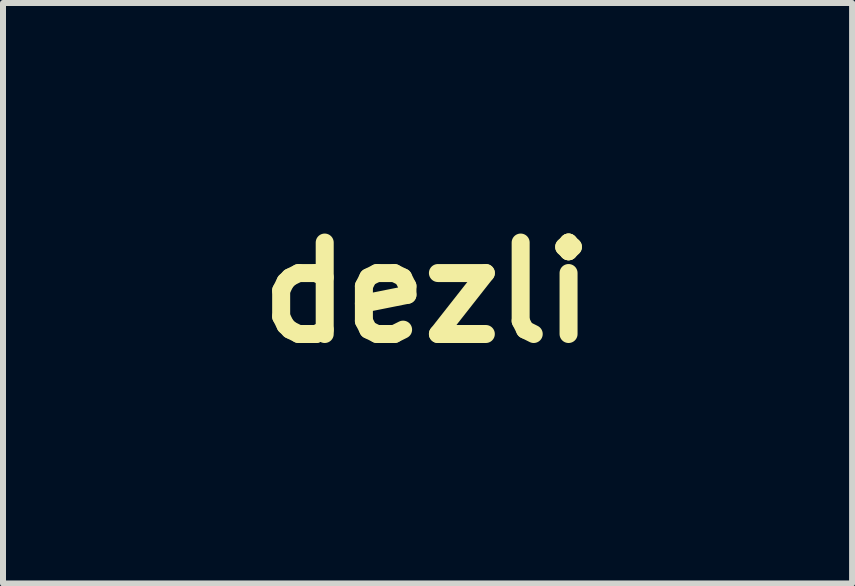
<source format=kicad_pcb>
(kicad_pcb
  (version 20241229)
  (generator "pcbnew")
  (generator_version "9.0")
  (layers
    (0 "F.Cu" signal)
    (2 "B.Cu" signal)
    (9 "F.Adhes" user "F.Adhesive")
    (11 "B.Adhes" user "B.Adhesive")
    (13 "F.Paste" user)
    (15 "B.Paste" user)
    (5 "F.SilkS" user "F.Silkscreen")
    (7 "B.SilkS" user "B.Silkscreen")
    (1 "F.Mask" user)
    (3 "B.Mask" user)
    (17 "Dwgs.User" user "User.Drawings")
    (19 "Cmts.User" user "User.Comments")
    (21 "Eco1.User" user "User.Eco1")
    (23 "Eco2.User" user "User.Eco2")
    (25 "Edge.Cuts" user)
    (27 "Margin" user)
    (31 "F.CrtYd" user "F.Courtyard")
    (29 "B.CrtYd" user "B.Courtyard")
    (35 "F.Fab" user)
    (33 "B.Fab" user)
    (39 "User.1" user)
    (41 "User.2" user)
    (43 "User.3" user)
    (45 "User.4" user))
  (footprint "dezli"
    (layer "F.Cu")
    (at 4.067 1.827)
    (property "Reference" "dezli" (at 0 0 0) (layer "F.SilkS") (effects (font (size 1.524 1.524) (thickness 0.3))))
    (attr through_hole)
    (fp_poly (pts (xy 3.744 -1.478) (xy 3.868 -1.453) (xy 3.964 -1.396) (xy 4.033 -1.308) (xy 4.054 -1.26) (xy 4.079 -1.141) (xy 4.064 -1.027) (xy 4.014 -0.924) (xy 3.931 -0.841) (xy 3.865 -0.802) (xy 3.772 -0.77) (xy 3.69 -0.768) (xy 3.601 -0.796) (xy 3.588 -0.802) (xy 3.484 -0.87) (xy 3.413 -0.958) (xy 3.373 -1.059) (xy 3.369 -1.143) (xy 3.478 -1.143) (xy 3.492 -1.049) (xy 3.539 -0.968) (xy 3.612 -0.914) (xy 3.701 -0.889) (xy 3.796 -0.898) (xy 3.849 -0.919) (xy 3.917 -0.976) (xy 3.958 -1.056) (xy 3.967 -1.146) (xy 3.951 -1.212) (xy 3.896 -1.3) (xy 3.821 -1.355) (xy 3.735 -1.376) (xy 3.646 -1.359) (xy 3.569 -1.311) (xy 3.503 -1.231) (xy 3.478 -1.143) (xy 3.369 -1.143) (xy 3.368 -1.166) (xy 3.396 -1.27) (xy 3.458 -1.366) (xy 3.535 -1.431) (xy 3.591 -1.464) (xy 3.642 -1.478) (xy 3.709 -1.48) (xy 3.744 -1.478)) (stroke (width 0.01) (type solid)) (fill yes) (layer "F.Mask"))
    (fp_poly (pts (xy 3.92 -0.333) (xy 3.973 -0.327) (xy 4 -0.317) (xy 4.004 -0.313) (xy 4.009 -0.284) (xy 4.013 -0.219) (xy 4.016 -0.122) (xy 4.019 0.002) (xy 4.021 0.148) (xy 4.022 0.311) (xy 4.022 0.486) (xy 4.022 0.667) (xy 4.022 0.85) (xy 4.02 1.03) (xy 4.018 1.202) (xy 4.016 1.36) (xy 4.013 1.5) (xy 4.009 1.616) (xy 4.005 1.704) (xy 4 1.758) (xy 3.996 1.774) (xy 3.963 1.786) (xy 3.898 1.795) (xy 3.814 1.8) (xy 3.719 1.801) (xy 3.625 1.798) (xy 3.542 1.792) (xy 3.481 1.782) (xy 3.453 1.77) (xy 3.447 1.749) (xy 3.442 1.7) (xy 3.438 1.621) (xy 3.435 1.51) (xy 3.434 1.365) (xy 3.433 1.183) (xy 3.433 0.963) (xy 3.434 0.707) (xy 3.439 -0.233) (xy 3.556 -0.233) (xy 3.556 1.672) (xy 3.895 1.672) (xy 3.895 -0.233) (xy 3.556 -0.233) (xy 3.439 -0.233) (xy 3.44 -0.328) (xy 3.713 -0.334) (xy 3.835 -0.335) (xy 3.92 -0.333)) (stroke (width 0.01) (type solid)) (fill yes) (layer "F.Mask"))
    (fp_poly (pts (xy -0.688 0.032) (xy -0.588 0.035) (xy -0.515 0.046) (xy -0.453 0.068) (xy -0.428 0.08) (xy -0.338 0.148) (xy -0.257 0.242) (xy -0.198 0.349) (xy -0.19 0.373) (xy -0.177 0.414) (xy -0.171 0.446) (xy -0.176 0.47) (xy -0.198 0.486) (xy -0.241 0.497) (xy -0.308 0.504) (xy -0.405 0.507) (xy -0.536 0.508) (xy -0.686 0.508) (xy -0.87 0.507) (xy -1.014 0.504) (xy -1.117 0.499) (xy -1.178 0.492) (xy -1.197 0.485) (xy -1.207 0.431) (xy -1.195 0.382) (xy -1.079 0.382) (xy -1.059 0.389) (xy -1.001 0.395) (xy -0.908 0.399) (xy -0.786 0.402) (xy -0.699 0.402) (xy -0.562 0.402) (xy -0.462 0.4) (xy -0.393 0.397) (xy -0.35 0.392) (xy -0.327 0.385) (xy -0.318 0.374) (xy -0.318 0.368) (xy -0.332 0.334) (xy -0.368 0.286) (xy -0.398 0.254) (xy -0.501 0.178) (xy -0.62 0.139) (xy -0.747 0.136) (xy -0.87 0.171) (xy -0.888 0.179) (xy -0.934 0.211) (xy -0.986 0.258) (xy -1.034 0.31) (xy -1.069 0.356) (xy -1.079 0.382) (xy -1.195 0.382) (xy -1.189 0.36) (xy -1.148 0.28) (xy -1.088 0.201) (xy -1.015 0.131) (xy -0.959 0.091) (xy -0.9 0.06) (xy -0.846 0.042) (xy -0.781 0.034) (xy -0.69 0.032) (xy -0.688 0.032)) (stroke (width 0.01) (type solid)) (fill yes) (layer "F.Mask"))
    (fp_poly (pts (xy -2.86 0.034) (xy -2.724 0.077) (xy -2.6 0.152) (xy -2.494 0.257) (xy -2.421 0.374) (xy -2.37 0.522) (xy -2.35 0.685) (xy -2.359 0.852) (xy -2.398 1.012) (xy -2.465 1.154) (xy -2.494 1.197) (xy -2.589 1.292) (xy -2.707 1.366) (xy -2.839 1.414) (xy -2.973 1.434) (xy -3.099 1.42) (xy -3.101 1.42) (xy -3.203 1.386) (xy -3.283 1.343) (xy -3.362 1.281) (xy -3.366 1.278) (xy -3.467 1.159) (xy -3.538 1.018) (xy -3.579 0.863) (xy -3.589 0.715) (xy -3.468 0.715) (xy -3.467 0.77) (xy -3.442 0.937) (xy -3.388 1.078) (xy -3.305 1.189) (xy -3.196 1.269) (xy -3.153 1.289) (xy -3.075 1.306) (xy -2.975 1.31) (xy -2.872 1.302) (xy -2.783 1.281) (xy -2.762 1.273) (xy -2.674 1.216) (xy -2.59 1.134) (xy -2.524 1.04) (xy -2.505 1.002) (xy -2.469 0.866) (xy -2.46 0.714) (xy -2.48 0.561) (xy -2.525 0.421) (xy -2.56 0.354) (xy -2.651 0.248) (xy -2.763 0.177) (xy -2.897 0.143) (xy -2.962 0.139) (xy -3.108 0.157) (xy -3.233 0.21) (xy -3.333 0.294) (xy -3.407 0.408) (xy -3.453 0.55) (xy -3.468 0.715) (xy -3.589 0.715) (xy -3.59 0.701) (xy -3.57 0.54) (xy -3.52 0.388) (xy -3.439 0.253) (xy -3.395 0.204) (xy -3.275 0.108) (xy -3.142 0.048) (xy -3.002 0.024) (xy -2.86 0.034)) (stroke (width 0.01) (type solid)) (fill yes) (layer "F.Mask"))
    (fp_poly (pts (xy -1.916 -1.81) (xy -1.91 -0.034) (xy -1.909 0.305) (xy -1.909 0.603) (xy -1.909 0.863) (xy -1.91 1.086) (xy -1.911 1.274) (xy -1.912 1.429) (xy -1.914 1.553) (xy -1.917 1.647) (xy -1.921 1.714) (xy -1.925 1.754) (xy -1.929 1.771) (xy -1.95 1.784) (xy -1.991 1.792) (xy -2.06 1.796) (xy -2.161 1.795) (xy -2.21 1.795) (xy -2.466 1.789) (xy -2.479 1.657) (xy -2.648 1.743) (xy -2.729 1.783) (xy -2.791 1.809) (xy -2.851 1.824) (xy -2.921 1.832) (xy -3.018 1.836) (xy -3.033 1.836) (xy -3.152 1.837) (xy -3.242 1.831) (xy -3.314 1.818) (xy -3.355 1.805) (xy -3.542 1.716) (xy -3.705 1.594) (xy -3.842 1.443) (xy -3.95 1.266) (xy -4.023 1.067) (xy -4.032 1.032) (xy -4.054 0.892) (xy -4.061 0.756) (xy -3.955 0.756) (xy -3.933 0.949) (xy -3.882 1.134) (xy -3.803 1.304) (xy -3.696 1.453) (xy -3.565 1.574) (xy -3.547 1.586) (xy -3.388 1.671) (xy -3.213 1.72) (xy -3.031 1.732) (xy -2.852 1.706) (xy -2.819 1.696) (xy -2.675 1.638) (xy -2.548 1.554) (xy -2.493 1.507) (xy -2.451 1.474) (xy -2.423 1.469) (xy -2.403 1.481) (xy -2.38 1.522) (xy -2.371 1.586) (xy -2.371 1.59) (xy -2.371 1.672) (xy -2.011 1.672) (xy -2.011 -1.714) (xy -2.371 -1.714) (xy -2.371 -0.867) (xy -2.371 -0.652) (xy -2.371 -0.476) (xy -2.373 -0.334) (xy -2.375 -0.223) (xy -2.377 -0.14) (xy -2.381 -0.081) (xy -2.386 -0.042) (xy -2.392 -0.019) (xy -2.4 -0.009) (xy -2.402 -0.008) (xy -2.434 -0.014) (xy -2.488 -0.044) (xy -2.555 -0.091) (xy -2.652 -0.162) (xy -2.732 -0.211) (xy -2.811 -0.244) (xy -2.901 -0.268) (xy -2.936 -0.276) (xy -3.107 -0.289) (xy -3.277 -0.262) (xy -3.438 -0.199) (xy -3.587 -0.103) (xy -3.717 0.024) (xy -3.823 0.179) (xy -3.829 0.19) (xy -3.904 0.37) (xy -3.945 0.561) (xy -3.955 0.756) (xy -4.061 0.756) (xy -4.062 0.73) (xy -4.056 0.568) (xy -4.035 0.422) (xy -4.031 0.404) (xy -3.967 0.214) (xy -3.871 0.041) (xy -3.747 -0.11) (xy -3.601 -0.235) (xy -3.437 -0.327) (xy -3.313 -0.37) (xy -3.126 -0.398) (xy -2.939 -0.389) (xy -2.759 -0.343) (xy -2.596 -0.263) (xy -2.582 -0.255) (xy -2.487 -0.191) (xy -2.482 -1.006) (xy -2.476 -1.822) (xy -1.916 -1.81)) (stroke (width 0.01) (type solid)) (fill yes) (layer "F.Mask"))
    (fp_poly (pts (xy -0.589 -0.396) (xy -0.396 -0.361) (xy -0.233 -0.301) (xy -0.089 -0.211) (xy 0.041 -0.088) (xy 0.149 0.061) (xy 0.231 0.228) (xy 0.264 0.33) (xy 0.284 0.424) (xy 0.3 0.529) (xy 0.31 0.634) (xy 0.313 0.729) (xy 0.31 0.805) (xy 0.3 0.851) (xy 0.297 0.857) (xy 0.284 0.866) (xy 0.261 0.873) (xy 0.222 0.878) (xy 0.164 0.883) (xy 0.083 0.886) (xy -0.027 0.887) (xy -0.169 0.889) (xy -0.348 0.889) (xy -0.426 0.889) (xy -0.622 0.889) (xy -0.779 0.889) (xy -0.901 0.89) (xy -0.993 0.894) (xy -1.057 0.901) (xy -1.097 0.911) (xy -1.118 0.927) (xy -1.123 0.948) (xy -1.115 0.976) (xy -1.099 1.011) (xy -1.082 1.048) (xy -1.027 1.135) (xy -0.953 1.215) (xy -0.874 1.274) (xy -0.84 1.29) (xy -0.767 1.306) (xy -0.673 1.312) (xy -0.577 1.307) (xy -0.501 1.292) (xy -0.494 1.29) (xy -0.417 1.246) (xy -0.333 1.168) (xy -0.238 1.053) (xy -0.23 1.042) (xy -0.184 0.986) (xy -0.146 0.945) (xy -0.124 0.931) (xy -0.098 0.941) (xy -0.043 0.968) (xy 0.032 1.007) (xy 0.108 1.049) (xy 0.215 1.112) (xy 0.283 1.16) (xy 0.315 1.195) (xy 0.318 1.204) (xy 0.302 1.258) (xy 0.26 1.33) (xy 0.197 1.414) (xy 0.121 1.501) (xy 0.038 1.585) (xy -0.047 1.657) (xy -0.101 1.695) (xy -0.252 1.769) (xy -0.428 1.819) (xy -0.616 1.843) (xy -0.806 1.84) (xy -0.985 1.809) (xy -1.042 1.792) (xy -1.23 1.707) (xy -1.39 1.591) (xy -1.521 1.446) (xy -1.622 1.274) (xy -1.692 1.076) (xy -1.729 0.856) (xy -1.733 0.764) (xy -1.617 0.764) (xy -1.608 0.914) (xy -1.586 1.042) (xy -1.579 1.069) (xy -1.503 1.259) (xy -1.399 1.42) (xy -1.267 1.549) (xy -1.11 1.646) (xy -0.942 1.706) (xy -0.813 1.727) (xy -0.665 1.733) (xy -0.519 1.724) (xy -0.44 1.712) (xy -0.268 1.655) (xy -0.106 1.56) (xy 0.037 1.435) (xy 0.129 1.32) (xy 0.159 1.275) (xy 0.172 1.244) (xy 0.164 1.218) (xy 0.13 1.19) (xy 0.067 1.152) (xy 0.02 1.126) (xy -0.098 1.06) (xy -0.203 1.19) (xy -0.304 1.3) (xy -0.407 1.373) (xy -0.52 1.414) (xy -0.653 1.427) (xy -0.665 1.427) (xy -0.775 1.42) (xy -0.864 1.399) (xy -0.915 1.377) (xy -1.033 1.299) (xy -1.129 1.191) (xy -1.198 1.064) (xy -1.232 0.928) (xy -1.235 0.892) (xy -1.238 0.794) (xy -0.524 0.788) (xy 0.191 0.783) (xy 0.191 0.639) (xy 0.173 0.432) (xy 0.12 0.246) (xy 0.035 0.083) (xy -0.079 -0.054) (xy -0.222 -0.162) (xy -0.391 -0.238) (xy -0.556 -0.277) (xy -0.76 -0.288) (xy -0.951 -0.261) (xy -1.124 -0.197) (xy -1.278 -0.098) (xy -1.407 0.034) (xy -1.511 0.196) (xy -1.571 0.344) (xy -1.598 0.464) (xy -1.613 0.609) (xy -1.617 0.764) (xy -1.733 0.764) (xy -1.735 0.72) (xy -1.717 0.49) (xy -1.665 0.279) (xy -1.579 0.089) (xy -1.462 -0.076) (xy -1.314 -0.212) (xy -1.157 -0.305) (xy -0.978 -0.367) (xy -0.786 -0.398) (xy -0.589 -0.396)) (stroke (width 0.01) (type solid)) (fill yes) (layer "F.Mask"))
    (fp_poly (pts (xy 3.17 -0.034) (xy 3.171 0.309) (xy 3.171 0.61) (xy 3.171 0.873) (xy 3.17 1.099) (xy 3.169 1.289) (xy 3.167 1.445) (xy 3.165 1.568) (xy 3.162 1.661) (xy 3.159 1.724) (xy 3.155 1.761) (xy 3.151 1.77) (xy 3.119 1.784) (xy 3.056 1.793) (xy 2.971 1.799) (xy 2.876 1.801) (xy 2.782 1.799) (xy 2.698 1.793) (xy 2.636 1.784) (xy 2.606 1.771) (xy 2.6 1.746) (xy 2.595 1.688) (xy 2.59 1.594) (xy 2.586 1.464) (xy 2.583 1.297) (xy 2.58 1.09) (xy 2.578 0.842) (xy 2.577 0.743) (xy 2.572 -0.257) (xy 1.964 0.48) (xy 1.357 1.217) (xy 1.89 1.228) (xy 2.037 1.231) (xy 2.171 1.236) (xy 2.285 1.241) (xy 2.374 1.246) (xy 2.431 1.251) (xy 2.45 1.255) (xy 2.462 1.284) (xy 2.471 1.344) (xy 2.476 1.424) (xy 2.478 1.516) (xy 2.476 1.607) (xy 2.471 1.688) (xy 2.462 1.747) (xy 2.451 1.774) (xy 2.434 1.78) (xy 2.394 1.785) (xy 2.329 1.789) (xy 2.236 1.793) (xy 2.113 1.795) (xy 1.957 1.797) (xy 1.765 1.798) (xy 1.536 1.799) (xy 1.353 1.799) (xy 1.109 1.799) (xy 0.904 1.799) (xy 0.734 1.798) (xy 0.596 1.796) (xy 0.488 1.794) (xy 0.404 1.791) (xy 0.343 1.788) (xy 0.301 1.783) (xy 0.274 1.778) (xy 0.258 1.771) (xy 0.254 1.767) (xy 0.24 1.728) (xy 0.248 1.709) (xy 0.266 1.688) (xy 0.279 1.672) (xy 0.42 1.672) (xy 2.371 1.672) (xy 2.371 1.355) (xy 1.794 1.354) (xy 1.641 1.354) (xy 1.501 1.352) (xy 1.38 1.349) (xy 1.283 1.345) (xy 1.217 1.34) (xy 1.188 1.335) (xy 1.188 1.335) (xy 1.168 1.302) (xy 1.17 1.284) (xy 1.186 1.261) (xy 1.226 1.21) (xy 1.288 1.132) (xy 1.368 1.033) (xy 1.464 0.914) (xy 1.573 0.78) (xy 1.693 0.635) (xy 1.787 0.52) (xy 1.912 0.368) (xy 2.028 0.227) (xy 2.133 0.099) (xy 2.224 -0.012) (xy 2.298 -0.103) (xy 2.352 -0.17) (xy 2.384 -0.211) (xy 2.392 -0.222) (xy 2.371 -0.225) (xy 2.313 -0.227) (xy 2.221 -0.229) (xy 2.1 -0.23) (xy 1.954 -0.231) (xy 1.788 -0.232) (xy 1.606 -0.233) (xy 1.513 -0.233) (xy 0.635 -0.233) (xy 0.635 0.084) (xy 1.138 0.09) (xy 1.296 0.092) (xy 1.417 0.094) (xy 1.506 0.096) (xy 1.568 0.1) (xy 1.608 0.105) (xy 1.631 0.113) (xy 1.642 0.123) (xy 1.646 0.136) (xy 1.646 0.138) (xy 1.645 0.148) (xy 1.638 0.164) (xy 1.624 0.188) (xy 1.602 0.221) (xy 1.568 0.267) (xy 1.523 0.326) (xy 1.463 0.401) (xy 1.388 0.494) (xy 1.296 0.608) (xy 1.185 0.744) (xy 1.053 0.905) (xy 0.899 1.092) (xy 0.722 1.307) (xy 0.547 1.519) (xy 0.42 1.672) (xy 0.279 1.672) (xy 0.307 1.637) (xy 0.37 1.561) (xy 0.451 1.462) (xy 0.548 1.344) (xy 0.657 1.211) (xy 0.777 1.066) (xy 0.865 0.959) (xy 0.989 0.808) (xy 1.104 0.668) (xy 1.207 0.541) (xy 1.297 0.43) (xy 1.37 0.34) (xy 1.423 0.274) (xy 1.454 0.234) (xy 1.46 0.224) (xy 1.44 0.22) (xy 1.384 0.217) (xy 1.298 0.214) (xy 1.188 0.213) (xy 1.06 0.212) (xy 1.018 0.212) (xy 0.866 0.211) (xy 0.751 0.21) (xy 0.667 0.207) (xy 0.609 0.202) (xy 0.572 0.195) (xy 0.549 0.185) (xy 0.541 0.178) (xy 0.525 0.152) (xy 0.515 0.108) (xy 0.51 0.036) (xy 0.508 -0.069) (xy 0.508 -0.07) (xy 0.51 -0.164) (xy 0.514 -0.242) (xy 0.521 -0.296) (xy 0.526 -0.313) (xy 0.538 -0.319) (xy 0.568 -0.324) (xy 0.619 -0.328) (xy 0.693 -0.332) (xy 0.794 -0.334) (xy 0.925 -0.335) (xy 1.089 -0.335) (xy 1.289 -0.335) (xy 1.528 -0.334) (xy 1.562 -0.334) (xy 2.582 -0.328) (xy 2.587 -1.069) (xy 2.592 -1.714) (xy 2.709 -1.714) (xy 2.709 1.672) (xy 3.048 1.672) (xy 3.048 -1.714) (xy 2.709 -1.714) (xy 2.592 -1.714) (xy 2.593 -1.81) (xy 3.164 -1.81) (xy 3.17 -0.034)) (stroke (width 0.01) (type solid)) (fill yes) (layer "F.Mask")))
  (gr_rect
    (start -3 -3)
    (end 11.151 6.674)
    (stroke (width 0.1) (type default))
    (fill no)
    (layer "Edge.Cuts")))
</source>
